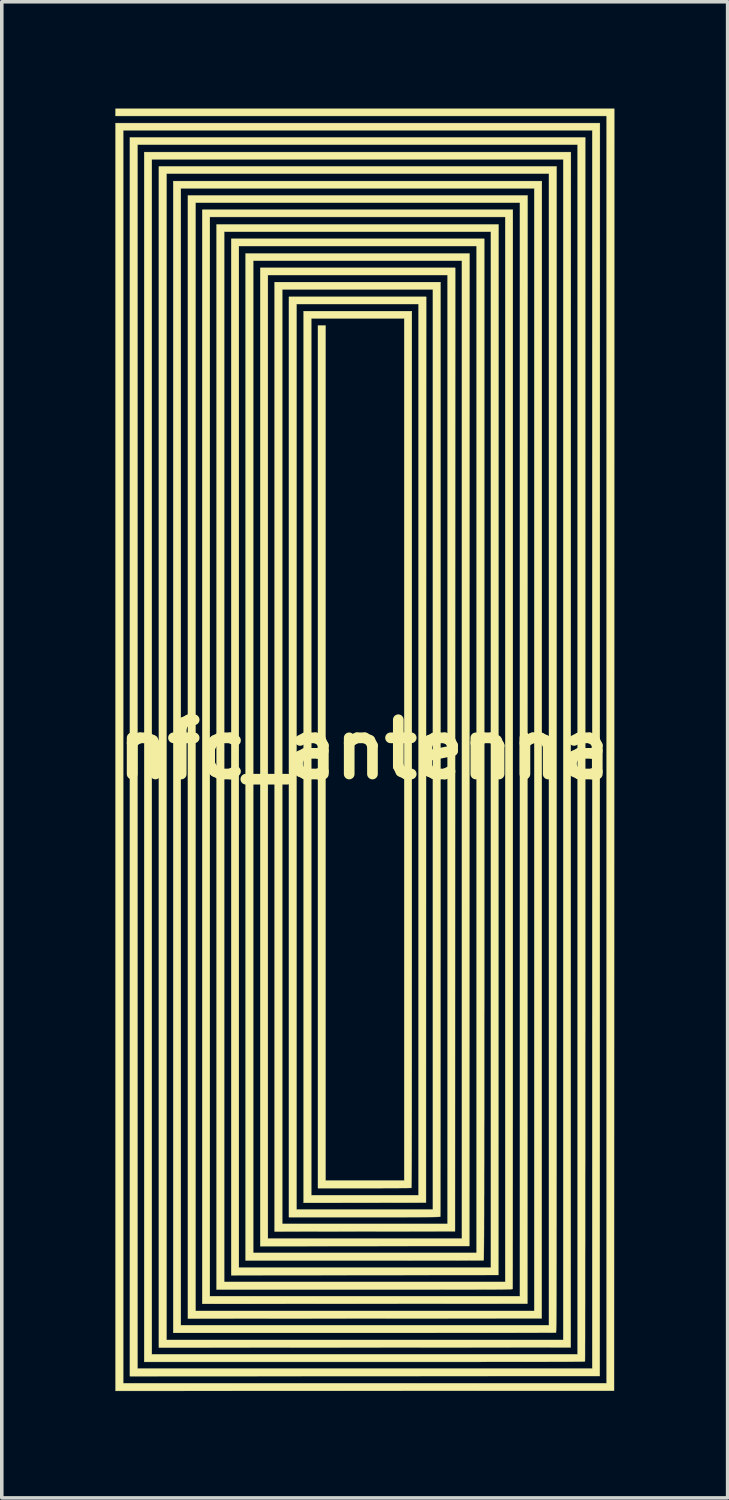
<source format=kicad_pcb>
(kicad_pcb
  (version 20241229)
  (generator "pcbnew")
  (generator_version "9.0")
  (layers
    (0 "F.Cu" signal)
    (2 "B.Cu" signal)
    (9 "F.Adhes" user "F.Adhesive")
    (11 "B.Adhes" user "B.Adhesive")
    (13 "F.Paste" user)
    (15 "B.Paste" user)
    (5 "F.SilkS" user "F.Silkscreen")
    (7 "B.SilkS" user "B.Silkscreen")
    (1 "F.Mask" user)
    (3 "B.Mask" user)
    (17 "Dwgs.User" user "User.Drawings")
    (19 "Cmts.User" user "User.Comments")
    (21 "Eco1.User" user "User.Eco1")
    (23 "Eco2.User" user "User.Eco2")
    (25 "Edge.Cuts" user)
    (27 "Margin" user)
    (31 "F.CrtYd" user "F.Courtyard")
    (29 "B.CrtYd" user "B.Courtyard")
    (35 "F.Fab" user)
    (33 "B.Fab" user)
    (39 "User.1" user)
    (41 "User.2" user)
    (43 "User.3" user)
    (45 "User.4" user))
  (footprint "nfc_antenna"
    (layer "F.Cu")
    (at 7.192 17.997)
    (property "Reference" "nfc_antenna" (at 0 0 0) (layer "F.SilkS") (effects (font (size 1.524 1.524) (thickness 0.3))))
    (attr through_hole)
    (fp_poly (pts (xy 7.004 0.008) (xy 7.001 18.008) (xy 0.003 18.01) (xy -6.996 18.013) (xy -6.996 -17.59) (xy 6.604 -17.59) (xy 6.599 17.595) (xy 0.003 17.597) (xy -6.593 17.6) (xy -6.593 -17.187) (xy 6.191 -17.187) (xy 6.191 -0.011) (xy 6.191 0.592) (xy 6.191 1.19) (xy 6.191 1.782) (xy 6.191 2.369) (xy 6.191 2.95) (xy 6.191 3.525) (xy 6.191 4.092) (xy 6.191 4.653) (xy 6.191 5.206) (xy 6.191 5.751) (xy 6.191 6.288) (xy 6.191 6.816) (xy 6.191 7.336) (xy 6.191 7.846) (xy 6.19 8.346) (xy 6.19 8.837) (xy 6.19 9.317) (xy 6.19 9.787) (xy 6.19 10.246) (xy 6.19 10.693) (xy 6.19 11.128) (xy 6.19 11.552) (xy 6.189 11.963) (xy 6.189 12.361) (xy 6.189 12.746) (xy 6.189 13.117) (xy 6.189 13.475) (xy 6.189 13.819) (xy 6.188 14.148) (xy 6.188 14.462) (xy 6.188 14.761) (xy 6.188 15.044) (xy 6.188 15.311) (xy 6.188 15.562) (xy 6.187 15.796) (xy 6.187 16.014) (xy 6.187 16.214) (xy 6.187 16.396) (xy 6.187 16.56) (xy 6.186 16.706) (xy 6.186 16.833) (xy 6.186 16.941) (xy 6.186 17.029) (xy 6.185 17.098) (xy 6.185 17.146) (xy 6.185 17.174) (xy 6.185 17.181) (xy 6.183 17.182) (xy 6.179 17.183) (xy 6.171 17.185) (xy 6.159 17.186) (xy 6.143 17.187) (xy 6.123 17.187) (xy 6.097 17.188) (xy 6.065 17.189) (xy 6.027 17.19) (xy 5.983 17.191) (xy 5.931 17.191) (xy 5.871 17.192) (xy 5.803 17.192) (xy 5.726 17.193) (xy 5.64 17.194) (xy 5.544 17.194) (xy 5.438 17.194) (xy 5.321 17.195) (xy 5.193 17.195) (xy 5.054 17.196) (xy 4.902 17.196) (xy 4.737 17.196) (xy 4.559 17.196) (xy 4.367 17.197) (xy 4.161 17.197) (xy 3.94 17.197) (xy 3.704 17.197) (xy 3.453 17.197) (xy 3.185 17.198) (xy 2.9 17.198) (xy 2.598 17.198) (xy 2.279 17.198) (xy 1.941 17.198) (xy 1.584 17.198) (xy 1.208 17.198) (xy 0.813 17.198) (xy 0.397 17.198) (xy -0.006 17.198) (xy -6.191 17.198) (xy -6.191 -16.775) (xy 5.789 -16.775) (xy 5.786 0.008) (xy 5.784 16.79) (xy 0.003 16.793) (xy -5.779 16.796) (xy -5.779 -16.372) (xy 5.387 -16.372) (xy 5.387 -0.001) (xy 5.387 0.713) (xy 5.387 1.406) (xy 5.387 2.078) (xy 5.387 2.73) (xy 5.387 3.363) (xy 5.387 3.975) (xy 5.387 4.569) (xy 5.387 5.143) (xy 5.387 5.699) (xy 5.387 6.236) (xy 5.387 6.755) (xy 5.387 7.256) (xy 5.387 7.74) (xy 5.387 8.206) (xy 5.386 8.656) (xy 5.386 9.089) (xy 5.386 9.506) (xy 5.386 9.907) (xy 5.386 10.292) (xy 5.386 10.662) (xy 5.386 11.016) (xy 5.386 11.356) (xy 5.386 11.682) (xy 5.386 11.993) (xy 5.385 12.291) (xy 5.385 12.575) (xy 5.385 12.846) (xy 5.385 13.104) (xy 5.385 13.349) (xy 5.384 13.582) (xy 5.384 13.804) (xy 5.384 14.013) (xy 5.384 14.211) (xy 5.384 14.398) (xy 5.383 14.574) (xy 5.383 14.74) (xy 5.383 14.895) (xy 5.382 15.041) (xy 5.382 15.177) (xy 5.382 15.304) (xy 5.381 15.422) (xy 5.381 15.531) (xy 5.381 15.632) (xy 5.38 15.725) (xy 5.38 15.811) (xy 5.379 15.888) (xy 5.379 15.959) (xy 5.378 16.023) (xy 5.378 16.081) (xy 5.377 16.132) (xy 5.377 16.177) (xy 5.376 16.217) (xy 5.376 16.252) (xy 5.375 16.281) (xy 5.375 16.306) (xy 5.374 16.327) (xy 5.373 16.344) (xy 5.373 16.356) (xy 5.372 16.366) (xy 5.371 16.372) (xy 5.371 16.376) (xy 5.37 16.377) (xy 5.359 16.377) (xy 5.327 16.377) (xy 5.275 16.378) (xy 5.203 16.378) (xy 5.113 16.379) (xy 5.006 16.379) (xy 4.88 16.379) (xy 4.738 16.38) (xy 4.58 16.38) (xy 4.407 16.38) (xy 4.218 16.381) (xy 4.016 16.381) (xy 3.799 16.381) (xy 3.57 16.381) (xy 3.329 16.382) (xy 3.075 16.382) (xy 2.811 16.382) (xy 2.536 16.382) (xy 2.252 16.382) (xy 1.958 16.383) (xy 1.656 16.383) (xy 1.346 16.383) (xy 1.029 16.383) (xy 0.705 16.383) (xy 0.375 16.383) (xy 0.04 16.383) (xy -5.376 16.383) (xy -5.376 -15.96) (xy 4.974 -15.96) (xy 4.972 0.008) (xy 4.969 15.976) (xy 0.003 15.978) (xy -4.964 15.981) (xy -4.964 -15.557) (xy 4.572 -15.557) (xy 4.569 0.003) (xy 4.567 15.563) (xy 0.003 15.565) (xy -4.561 15.568) (xy -4.561 -15.155) (xy 4.159 -15.155) (xy 4.159 -0.011) (xy 4.159 0.555) (xy 4.159 1.116) (xy 4.159 1.672) (xy 4.159 2.221) (xy 4.159 2.765) (xy 4.159 3.302) (xy 4.159 3.833) (xy 4.159 4.355) (xy 4.159 4.871) (xy 4.159 5.378) (xy 4.159 5.877) (xy 4.159 6.367) (xy 4.159 6.847) (xy 4.158 7.318) (xy 4.158 7.78) (xy 4.158 8.231) (xy 4.158 8.671) (xy 4.158 9.1) (xy 4.158 9.518) (xy 4.158 9.924) (xy 4.158 10.318) (xy 4.157 10.699) (xy 4.157 11.067) (xy 4.157 11.422) (xy 4.157 11.763) (xy 4.157 12.091) (xy 4.156 12.404) (xy 4.156 12.702) (xy 4.156 12.984) (xy 4.156 13.252) (xy 4.156 13.503) (xy 4.156 13.738) (xy 4.155 13.956) (xy 4.155 14.157) (xy 4.155 14.341) (xy 4.155 14.507) (xy 4.154 14.655) (xy 4.154 14.784) (xy 4.154 14.895) (xy 4.154 14.986) (xy 4.154 15.057) (xy 4.153 15.108) (xy 4.153 15.139) (xy 4.153 15.149) (xy 4.151 15.151) (xy 4.146 15.152) (xy 4.138 15.153) (xy 4.126 15.154) (xy 4.109 15.156) (xy 4.086 15.157) (xy 4.058 15.158) (xy 4.023 15.158) (xy 3.981 15.159) (xy 3.931 15.16) (xy 3.872 15.161) (xy 3.805 15.161) (xy 3.728 15.162) (xy 3.641 15.163) (xy 3.543 15.163) (xy 3.434 15.163) (xy 3.313 15.164) (xy 3.179 15.164) (xy 3.031 15.165) (xy 2.87 15.165) (xy 2.695 15.165) (xy 2.504 15.165) (xy 2.298 15.165) (xy 2.076 15.166) (xy 1.836 15.166) (xy 1.579 15.166) (xy 1.304 15.166) (xy 1.011 15.166) (xy 0.698 15.166) (xy 0.365 15.166) (xy 0.011 15.166) (xy -0.006 15.166) (xy -4.159 15.166) (xy -4.159 -14.743) (xy 3.757 -14.743) (xy 3.754 0.008) (xy 3.752 14.758) (xy 0.003 14.761) (xy -3.747 14.764) (xy -3.747 -14.34) (xy 3.355 -14.34) (xy 3.355 -0.001) (xy 3.355 0.666) (xy 3.355 1.313) (xy 3.355 1.939) (xy 3.355 2.545) (xy 3.355 3.131) (xy 3.355 3.698) (xy 3.355 4.245) (xy 3.355 4.773) (xy 3.355 5.283) (xy 3.355 5.775) (xy 3.355 6.249) (xy 3.355 6.705) (xy 3.355 7.144) (xy 3.354 7.566) (xy 3.354 7.971) (xy 3.354 8.36) (xy 3.354 8.734) (xy 3.354 9.091) (xy 3.354 9.433) (xy 3.354 9.761) (xy 3.354 10.074) (xy 3.354 10.372) (xy 3.353 10.656) (xy 3.353 10.927) (xy 3.353 11.185) (xy 3.353 11.429) (xy 3.353 11.661) (xy 3.352 11.88) (xy 3.352 12.088) (xy 3.352 12.284) (xy 3.352 12.468) (xy 3.351 12.641) (xy 3.351 12.804) (xy 3.351 12.956) (xy 3.351 13.098) (xy 3.35 13.231) (xy 3.35 13.354) (xy 3.35 13.468) (xy 3.349 13.573) (xy 3.349 13.67) (xy 3.348 13.759) (xy 3.348 13.84) (xy 3.347 13.913) (xy 3.347 13.98) (xy 3.346 14.039) (xy 3.346 14.092) (xy 3.345 14.139) (xy 3.345 14.18) (xy 3.344 14.216) (xy 3.344 14.247) (xy 3.343 14.272) (xy 3.342 14.294) (xy 3.342 14.311) (xy 3.341 14.324) (xy 3.34 14.333) (xy 3.34 14.34) (xy 3.339 14.344) (xy 3.338 14.345) (xy 3.326 14.345) (xy 3.294 14.346) (xy 3.243 14.346) (xy 3.172 14.347) (xy 3.084 14.347) (xy 2.978 14.347) (xy 2.856 14.348) (xy 2.719 14.348) (xy 2.567 14.349) (xy 2.4 14.349) (xy 2.221 14.349) (xy 2.03 14.35) (xy 1.826 14.35) (xy 1.613 14.35) (xy 1.389 14.35) (xy 1.156 14.351) (xy 0.915 14.351) (xy 0.666 14.351) (xy 0.411 14.351) (xy 0.15 14.351) (xy -0.011 14.351) (xy -3.344 14.351) (xy -3.344 -13.928) (xy 2.942 -13.928) (xy 2.94 0.008) (xy 2.937 13.944) (xy 0.003 13.946) (xy -2.932 13.949) (xy -2.932 -13.525) (xy 2.54 -13.525) (xy 2.535 13.531) (xy 0.003 13.533) (xy -2.529 13.536) (xy -2.529 -13.123) (xy 2.127 -13.123) (xy 2.127 -0.011) (xy 2.127 0.515) (xy 2.127 1.037) (xy 2.127 1.553) (xy 2.127 2.063) (xy 2.127 2.567) (xy 2.127 3.064) (xy 2.127 3.554) (xy 2.127 4.037) (xy 2.127 4.512) (xy 2.127 4.978) (xy 2.127 5.436) (xy 2.127 5.885) (xy 2.126 6.324) (xy 2.126 6.753) (xy 2.126 7.172) (xy 2.126 7.58) (xy 2.126 7.977) (xy 2.126 8.362) (xy 2.126 8.736) (xy 2.125 9.097) (xy 2.125 9.445) (xy 2.125 9.781) (xy 2.125 10.102) (xy 2.125 10.41) (xy 2.125 10.704) (xy 2.124 10.982) (xy 2.124 11.246) (xy 2.124 11.494) (xy 2.124 11.726) (xy 2.123 11.941) (xy 2.123 12.14) (xy 2.123 12.322) (xy 2.123 12.486) (xy 2.123 12.632) (xy 2.122 12.76) (xy 2.122 12.869) (xy 2.122 12.958) (xy 2.122 13.028) (xy 2.121 13.079) (xy 2.121 13.108) (xy 2.121 13.117) (xy 2.119 13.119) (xy 2.113 13.121) (xy 2.104 13.123) (xy 2.09 13.124) (xy 2.07 13.126) (xy 2.043 13.127) (xy 2.009 13.128) (xy 1.967 13.129) (xy 1.915 13.13) (xy 1.854 13.131) (xy 1.781 13.131) (xy 1.697 13.132) (xy 1.601 13.132) (xy 1.491 13.133) (xy 1.367 13.133) (xy 1.227 13.133) (xy 1.072 13.134) (xy 0.9 13.134) (xy 0.71 13.134) (xy 0.502 13.134) (xy 0.274 13.134) (xy 0.026 13.134) (xy -0.006 13.134) (xy -2.127 13.134) (xy -2.127 -12.711) (xy 1.725 -12.711) (xy 1.722 0.008) (xy 1.72 12.726) (xy 0.003 12.729) (xy -1.714 12.732) (xy -1.714 -12.308) (xy 1.323 -12.308) (xy 1.323 -0.001) (xy 1.323 0.616) (xy 1.323 1.213) (xy 1.323 1.79) (xy 1.323 2.346) (xy 1.323 2.882) (xy 1.323 3.399) (xy 1.323 3.897) (xy 1.323 4.377) (xy 1.323 4.838) (xy 1.323 5.281) (xy 1.323 5.706) (xy 1.323 6.114) (xy 1.322 6.505) (xy 1.322 6.88) (xy 1.322 7.238) (xy 1.322 7.58) (xy 1.322 7.907) (xy 1.322 8.219) (xy 1.322 8.516) (xy 1.322 8.798) (xy 1.321 9.067) (xy 1.321 9.321) (xy 1.321 9.562) (xy 1.321 9.79) (xy 1.321 10.006) (xy 1.32 10.209) (xy 1.32 10.4) (xy 1.32 10.579) (xy 1.32 10.747) (xy 1.319 10.905) (xy 1.319 11.051) (xy 1.319 11.188) (xy 1.318 11.314) (xy 1.318 11.431) (xy 1.318 11.539) (xy 1.317 11.638) (xy 1.317 11.728) (xy 1.316 11.811) (xy 1.316 11.885) (xy 1.315 11.952) (xy 1.315 12.013) (xy 1.314 12.066) (xy 1.314 12.113) (xy 1.313 12.154) (xy 1.312 12.19) (xy 1.312 12.22) (xy 1.311 12.245) (xy 1.31 12.266) (xy 1.31 12.282) (xy 1.309 12.294) (xy 1.308 12.303) (xy 1.307 12.309) (xy 1.307 12.312) (xy 1.306 12.313) (xy 1.294 12.313) (xy 1.261 12.314) (xy 1.21 12.315) (xy 1.142 12.316) (xy 1.058 12.316) (xy 0.959 12.317) (xy 0.847 12.317) (xy 0.723 12.318) (xy 0.588 12.318) (xy 0.443 12.319) (xy 0.29 12.319) (xy 0.131 12.319) (xy -0.011 12.319) (xy -1.312 12.319) (xy -1.312 -11.906) (xy -1.101 -11.906) (xy -1.101 12.107) (xy 1.111 12.107) (xy 1.111 -12.107) (xy -1.503 -12.107) (xy -1.503 12.52) (xy 1.513 12.52) (xy 1.513 -12.509) (xy -1.916 -12.509) (xy -1.916 12.922) (xy 1.916 12.922) (xy 1.916 -12.922) (xy -2.318 -12.922) (xy -2.318 13.324) (xy 2.328 13.324) (xy 2.328 -13.324) (xy -2.72 -13.324) (xy -2.72 13.737) (xy 2.731 13.737) (xy 2.731 -13.727) (xy -3.133 -13.727) (xy -3.133 14.139) (xy 3.143 14.139) (xy 3.143 -14.139) (xy -3.535 -14.139) (xy -3.535 14.552) (xy 3.545 14.552) (xy 3.545 -14.541) (xy -3.948 -14.541) (xy -3.948 14.954) (xy 3.948 14.954) (xy 3.948 -14.954) (xy -4.35 -14.954) (xy -4.35 15.356) (xy 4.36 15.356) (xy 4.36 -15.356) (xy -4.752 -15.356) (xy -4.752 15.769) (xy 4.763 15.769) (xy 4.763 -15.759) (xy -5.165 -15.759) (xy -5.165 16.171) (xy 5.175 16.171) (xy 5.175 -16.171) (xy -5.567 -16.171) (xy -5.567 16.584) (xy 5.577 16.584) (xy 5.577 -16.573) (xy -5.98 -16.573) (xy -5.98 16.986) (xy 5.98 16.986) (xy 5.98 -16.986) (xy -6.382 -16.986) (xy -6.382 17.388) (xy 6.392 17.388) (xy 6.392 -17.388) (xy -6.784 -17.388) (xy -6.784 17.801) (xy 6.795 17.801) (xy 6.795 -17.791) (xy -6.996 -17.791) (xy -6.996 -17.992) (xy 7.006 -17.992) (xy 7.004 0.008)) (stroke (width 0.01) (type solid)) (fill yes) (layer "F.SilkS")))
  (gr_rect
    (start -3 -3)
    (end 17.384 39.015)
    (stroke (width 0.1) (type default))
    (fill no)
    (layer "Edge.Cuts")))
</source>
